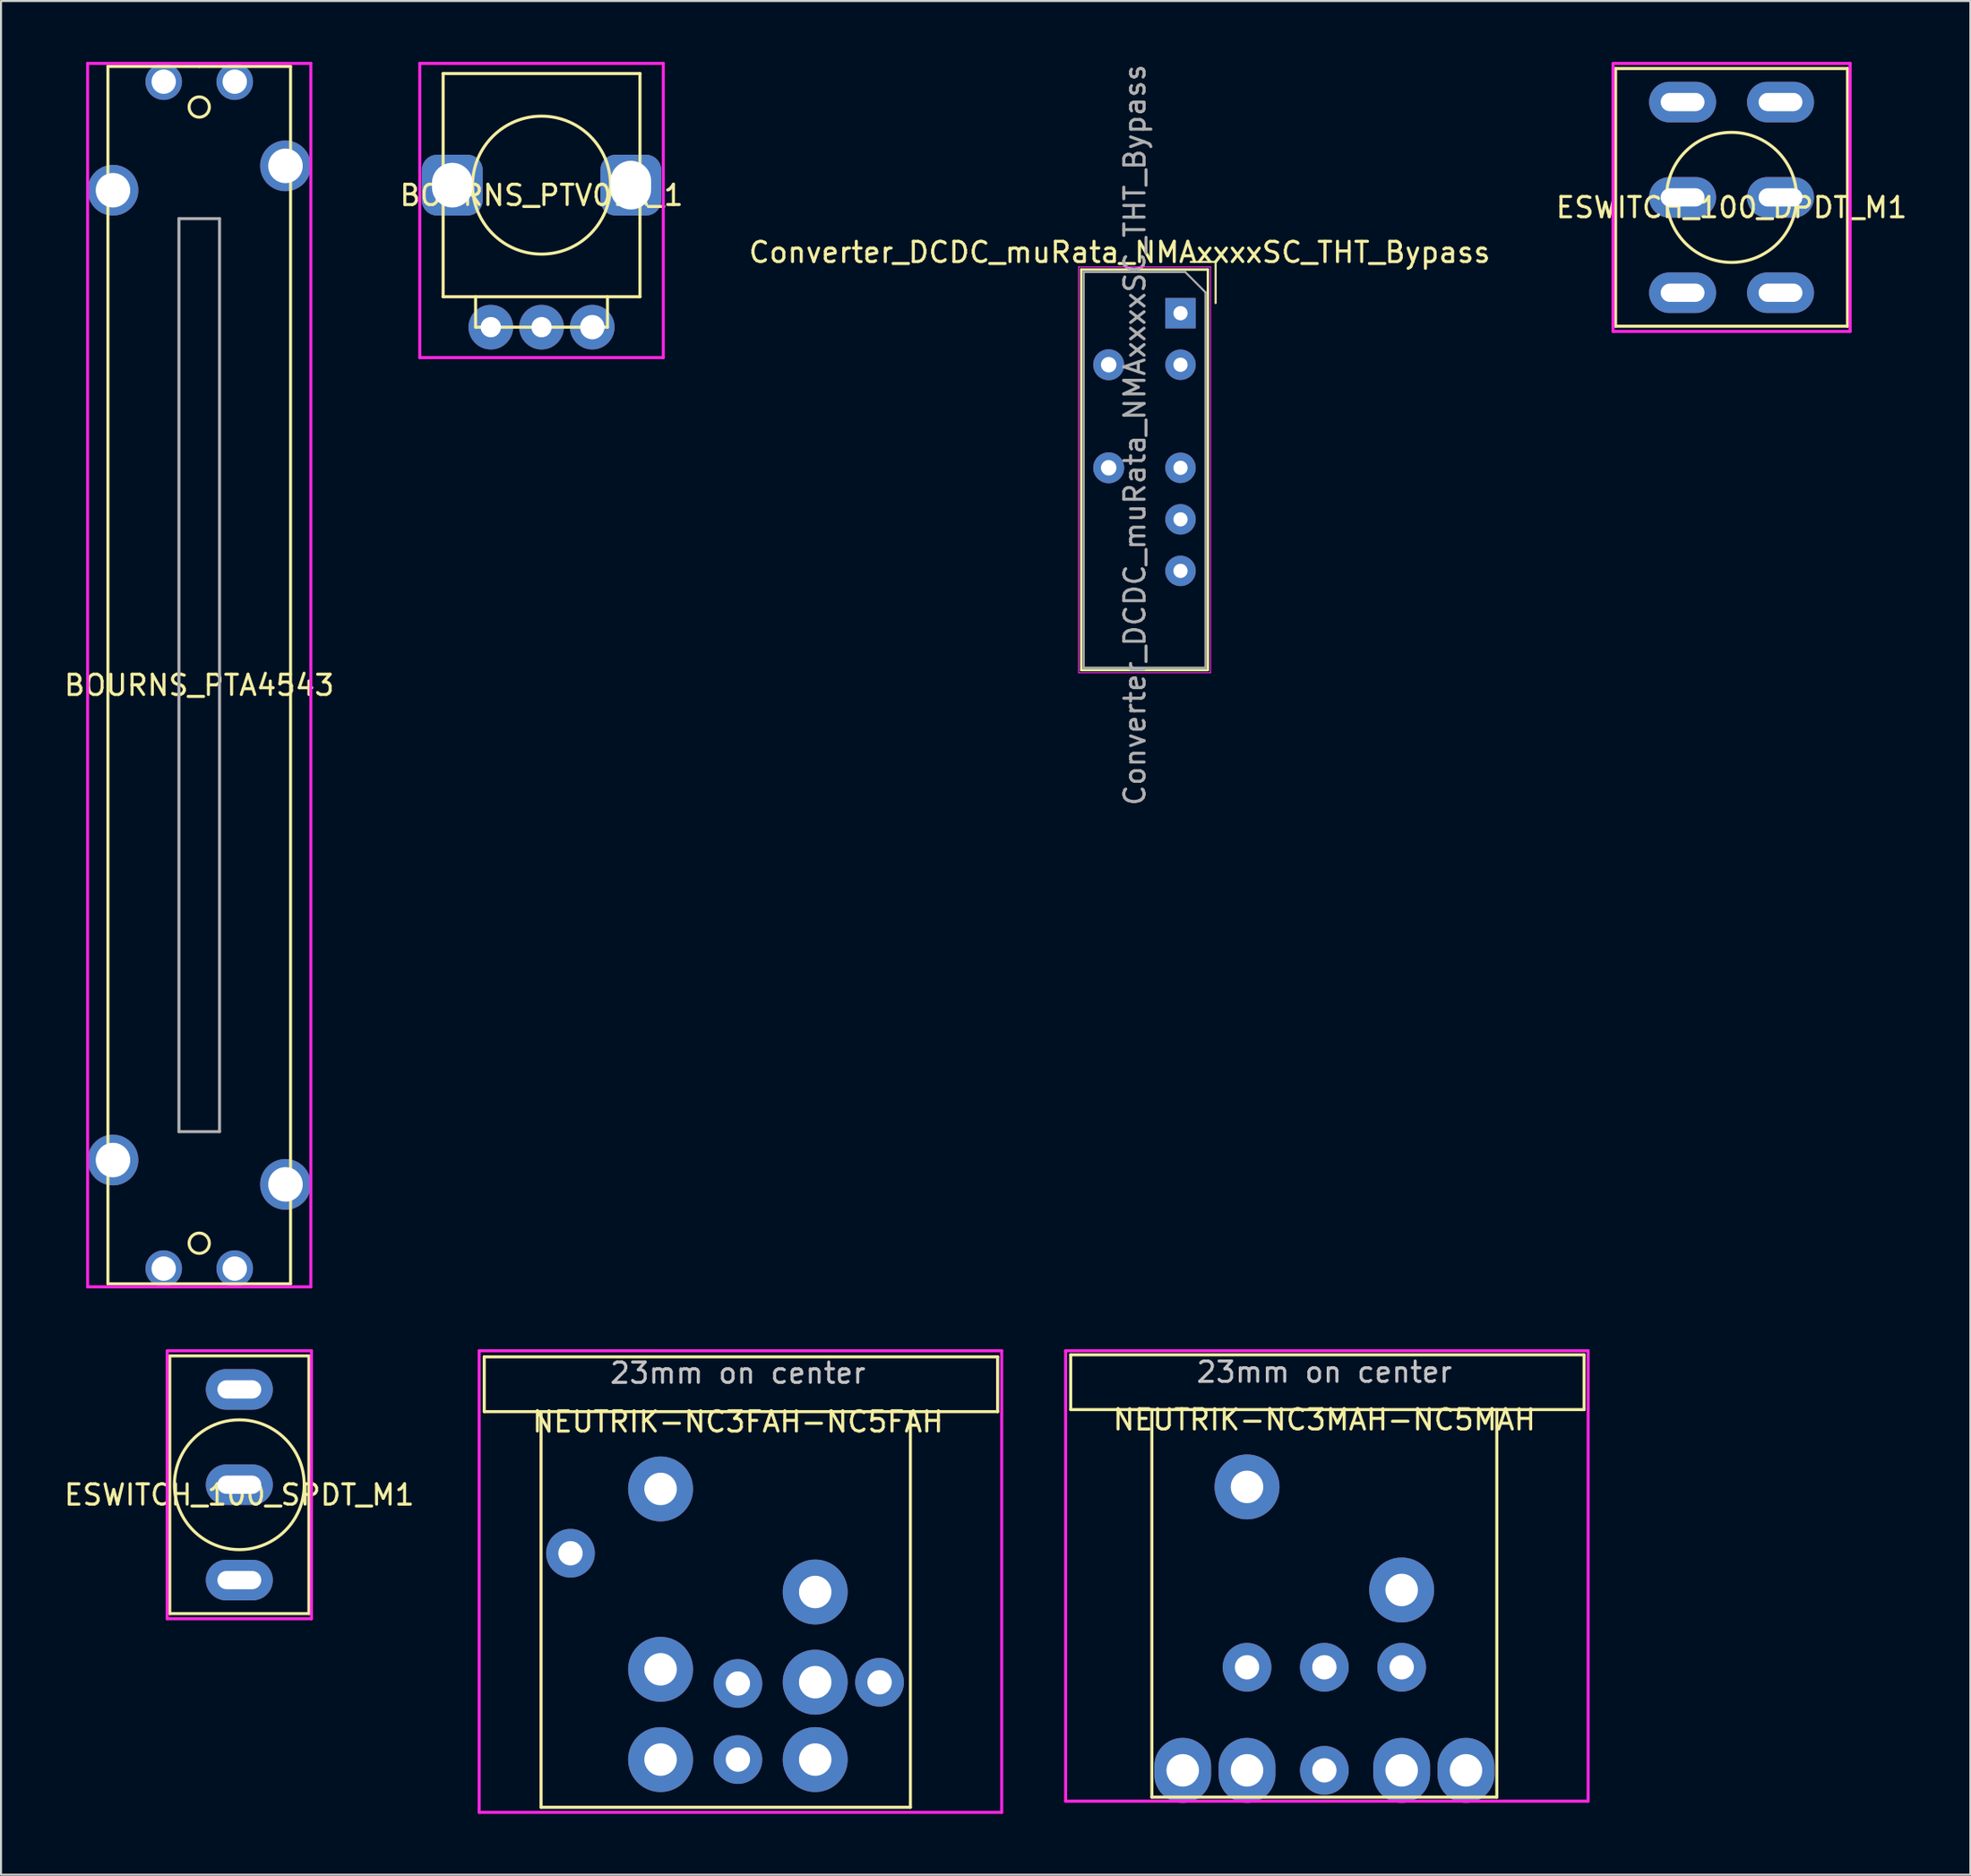
<source format=kicad_pcb>
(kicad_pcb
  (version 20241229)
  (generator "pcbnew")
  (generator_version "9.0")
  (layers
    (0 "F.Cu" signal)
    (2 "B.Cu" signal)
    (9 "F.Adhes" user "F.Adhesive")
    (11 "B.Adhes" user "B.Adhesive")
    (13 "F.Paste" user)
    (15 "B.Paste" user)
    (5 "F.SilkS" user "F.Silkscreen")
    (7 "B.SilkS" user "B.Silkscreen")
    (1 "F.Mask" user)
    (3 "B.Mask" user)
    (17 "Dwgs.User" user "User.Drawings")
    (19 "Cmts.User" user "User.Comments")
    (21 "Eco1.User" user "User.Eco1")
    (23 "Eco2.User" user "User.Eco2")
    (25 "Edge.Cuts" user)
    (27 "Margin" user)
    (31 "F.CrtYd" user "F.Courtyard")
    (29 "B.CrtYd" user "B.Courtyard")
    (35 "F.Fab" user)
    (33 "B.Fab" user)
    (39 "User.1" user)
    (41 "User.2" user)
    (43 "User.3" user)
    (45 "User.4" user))
  (footprint "BOURNS_PTV09A_1"
    (layer "F.Cu")
    (at 23.637 6.075)
    (property "Reference" "BOURNS_PTV09A_1" (at 0 0.5 0) (layer "F.SilkS") (effects (font (size 1 1) (thickness 0.15))))
    (attr through_hole)
    (fp_line (start -4.85 -5.5) (end 4.85 -5.5) (stroke (width 0.15) (type solid)) (layer "F.SilkS"))
    (fp_line (start -4.85 5.5) (end -4.85 -5.5) (stroke (width 0.15) (type solid)) (layer "F.SilkS"))
    (fp_line (start -3.25 7) (end -3.25 5.5) (stroke (width 0.15) (type solid)) (layer "F.SilkS"))
    (fp_line (start -3.25 7) (end 3.25 7) (stroke (width 0.15) (type solid)) (layer "F.SilkS"))
    (fp_line (start 3.25 7) (end 3.25 5.5) (stroke (width 0.15) (type solid)) (layer "F.SilkS"))
    (fp_line (start 4.85 -5.5) (end 4.85 5.5) (stroke (width 0.15) (type solid)) (layer "F.SilkS"))
    (fp_line (start 4.85 5.5) (end -4.85 5.5) (stroke (width 0.15) (type solid)) (layer "F.SilkS"))
    (fp_circle (center 0 0) (end 3.4 0) (stroke (width 0.15) (type solid)) (fill no) (layer "F.SilkS"))
    (fp_line (start -6 -6) (end 6 -6) (stroke (width 0.15) (type solid)) (layer "F.CrtYd"))
    (fp_line (start -6 8.5) (end -6 -6) (stroke (width 0.15) (type solid)) (layer "F.CrtYd"))
    (fp_line (start 6 -6) (end 6 8.5) (stroke (width 0.15) (type solid)) (layer "F.CrtYd"))
    (fp_line (start 6 8.5) (end -6 8.5) (stroke (width 0.15) (type solid)) (layer "F.CrtYd"))
    (pad "1" thru_hole circle (at -2.5 7) (size 2.2 2.2) (drill 1) (layers "*.Cu" "*.Mask"))
    (pad "2" thru_hole circle (at 0 7) (size 2.2 2.2) (drill 1) (layers "*.Cu" "*.Mask"))
    (pad "3" thru_hole circle (at 2.5 7) (size 2.2 2.2) (drill 1.2) (layers "*.Cu" "*.Mask"))
    (pad "4" thru_hole roundrect (at -4.4 0) (size 3 3) (drill oval 2 2.2) (layers "*.Cu" "*.Mask") (roundrect_rratio 0.25))
    (pad "5" thru_hole roundrect (at 4.4 0) (size 3 3) (drill oval 2 2.4) (layers "*.Cu" "*.Mask") (roundrect_rratio 0.25)))
  (footprint "ESWITCH_100_SPDT_M1"
    (layer "F.Cu")
    (at 8.744 70.129)
    (property "Reference" "ESWITCH_100_SPDT_M1" (at 0 0.5 0) (layer "F.SilkS") (effects (font (size 1 1) (thickness 0.15))))
    (attr through_hole)
    (fp_line (start -3.429 6.35) (end -3.429 -6.35) (stroke (width 0.15) (type solid)) (layer "F.SilkS"))
    (fp_line (start 3.429 -6.35) (end -3.429 -6.35) (stroke (width 0.15) (type solid)) (layer "F.SilkS"))
    (fp_line (start 3.429 6.35) (end -3.429 6.35) (stroke (width 0.15) (type solid)) (layer "F.SilkS"))
    (fp_line (start 3.429 6.35) (end 3.429 -6.35) (stroke (width 0.15) (type solid)) (layer "F.SilkS"))
    (fp_circle (center 0 0) (end 3.175 0.381) (stroke (width 0.15) (type solid)) (fill no) (layer "F.SilkS"))
    (fp_line (start -3.556 -6.604) (end 3.556 -6.604) (stroke (width 0.15) (type solid)) (layer "F.CrtYd"))
    (fp_line (start -3.556 6.604) (end -3.556 -6.579) (stroke (width 0.15) (type solid)) (layer "F.CrtYd"))
    (fp_line (start 3.556 -6.604) (end 3.556 6.604) (stroke (width 0.15) (type solid)) (layer "F.CrtYd"))
    (fp_line (start 3.556 6.604) (end -3.556 6.604) (stroke (width 0.15) (type solid)) (layer "F.CrtYd"))
    (pad "1" thru_hole oval (at 0 -4.699) (size 3.302 2) (drill oval 2.159 0.9) (layers "*.Cu" "*.Mask"))
    (pad "2" thru_hole oval (at 0 0) (size 3.302 2) (drill oval 2.159 0.9) (layers "*.Cu" "*.Mask"))
    (pad "3" thru_hole oval (at 0 4.699) (size 3.302 2) (drill oval 2.159 0.9) (layers "*.Cu" "*.Mask")))
  (footprint "NEUTRIK-NC3FAH-NC5FAH"
    (layer "F.Cu")
    (at 33.313 66.525)
    (property "Reference" "NEUTRIK-NC3FAH-NC5FAH" (at 0 0.5 0) (layer "F.SilkS") (effects (font (size 1 1) (thickness 0.15))))
    (attr through_hole)
    (fp_line (start -12.5 -2.7) (end 12.8 -2.7) (stroke (width 0.15) (type solid)) (layer "F.SilkS"))
    (fp_line (start -12.5 0) (end -12.5 -2.7) (stroke (width 0.15) (type solid)) (layer "F.SilkS"))
    (fp_line (start -12.5 0) (end 12.8 0) (stroke (width 0.15) (type solid)) (layer "F.SilkS"))
    (fp_line (start -9.7 19.5) (end -9.7 0) (stroke (width 0.15) (type solid)) (layer "F.SilkS"))
    (fp_line (start 8.5 0) (end 8.5 19.5) (stroke (width 0.15) (type solid)) (layer "F.SilkS"))
    (fp_line (start 8.5 19.5) (end -9.7 19.5) (stroke (width 0.15) (type solid)) (layer "F.SilkS"))
    (fp_line (start 12.8 -2.7) (end 12.8 0) (stroke (width 0.15) (type solid)) (layer "F.SilkS"))
    (fp_line (start -12.75 -3) (end -12.75 19.75) (stroke (width 0.15) (type solid)) (layer "F.CrtYd"))
    (fp_line (start -12.75 -3) (end 13 -3) (stroke (width 0.15) (type solid)) (layer "F.CrtYd"))
    (fp_line (start -12.75 19.75) (end 13 19.75) (stroke (width 0.15) (type solid)) (layer "F.CrtYd"))
    (fp_line (start 13 -3) (end 13 19.75) (stroke (width 0.15) (type solid)) (layer "F.CrtYd"))
    (fp_text user "23mm on center" (at 0 -1.9 0) (layer "Dwgs.User") (effects (font (size 1 1) (thickness 0.15))))
    (pad "0" thru_hole circle (at -8.25 6.98) (size 2.4 2.4) (drill 1.2) (layers "*.Cu" "*.Mask"))
    (pad "0" thru_hole circle (at -3.81 3.81) (size 3.2 3.2) (drill 1.6) (layers "*.Cu" "*.Mask"))
    (pad "0" thru_hole circle (at 3.81 8.89) (size 3.2 3.2) (drill 1.6) (layers "*.Cu" "*.Mask"))
    (pad "1A" thru_hole circle (at -3.81 12.7) (size 3.2 3.2) (drill 1.6) (layers "*.Cu" "*.Mask"))
    (pad "1B" thru_hole circle (at -3.81 17.15) (size 3.2 3.2) (drill 1.6) (layers "*.Cu" "*.Mask"))
    (pad "2A" thru_hole circle (at 3.81 13.335) (size 3.2 3.2) (drill 1.6) (layers "*.Cu" "*.Mask"))
    (pad "2B" thru_hole circle (at 0 13.4) (size 2.4 2.4) (drill 1.2) (layers "*.Cu" "*.Mask"))
    (pad "3" thru_hole circle (at 0 17.15) (size 2.4 2.4) (drill 1.2) (layers "*.Cu" "*.Mask"))
    (pad "4B" thru_hole circle (at 6.98 13.34) (size 2.4 2.4) (drill 1.2) (layers "*.Cu" "*.Mask"))
    (pad "5B" thru_hole circle (at 3.81 17.15) (size 3.2 3.2) (drill 1.6) (layers "*.Cu" "*.Mask")))
  (footprint "Converter_DCDC_muRata_NMAxxxxSC_THT_Bypass"
    (layer "F.Cu")
    (at 55.125 12.387)
    (property "Reference" "Converter_DCDC_muRata_NMAxxxxSC_THT_Bypass" (at -3 -3 0) (layer "F.SilkS") (effects (font (size 1 1) (thickness 0.15))))
    (attr through_hole)
    (fp_line (start -4.89 -2.15) (end -4.89 17.59) (stroke (width 0.12) (type solid)) (layer "F.SilkS"))
    (fp_line (start -4.89 17.59) (end 1.33 17.59) (stroke (width 0.12) (type solid)) (layer "F.SilkS"))
    (fp_line (start 1.35 -2.15) (end -4.89 -2.15) (stroke (width 0.12) (type solid)) (layer "F.SilkS"))
    (fp_line (start 1.35 17.59) (end 1.35 -2.15) (stroke (width 0.12) (type solid)) (layer "F.SilkS"))
    (fp_line (start 1.73 -2.53) (end 0.5 -2.53) (stroke (width 0.1) (type solid)) (layer "F.SilkS"))
    (fp_line (start 1.73 -2.53) (end 1.73 -0.5) (stroke (width 0.1) (type solid)) (layer "F.SilkS"))
    (fp_line (start -5.02 -2.28) (end -5.02 17.72) (stroke (width 0.05) (type solid)) (layer "F.CrtYd"))
    (fp_line (start -5.02 17.72) (end 1.48 17.72) (stroke (width 0.05) (type solid)) (layer "F.CrtYd"))
    (fp_line (start 1.48 -2.28) (end -5.02 -2.28) (stroke (width 0.05) (type solid)) (layer "F.CrtYd"))
    (fp_line (start 1.48 17.72) (end 1.48 -2.28) (stroke (width 0.05) (type solid)) (layer "F.CrtYd"))
    (fp_line (start -4.77 -2.03) (end -4.77 17.47) (stroke (width 0.1) (type solid)) (layer "F.Fab"))
    (fp_line (start -4.77 17.47) (end 1.23 17.47) (stroke (width 0.1) (type solid)) (layer "F.Fab"))
    (fp_line (start 0.23 -2.03) (end -4.77 -2.03) (stroke (width 0.1) (type solid)) (layer "F.Fab"))
    (fp_line (start 0.23 -2.03) (end 1.23 -1.03) (stroke (width 0.1) (type solid)) (layer "F.Fab"))
    (fp_line (start 1.23 17.47) (end 1.23 -1.03) (stroke (width 0.1) (type solid)) (layer "F.Fab"))
    (fp_text user "${REFERENCE}" (at -2.25 6 90) (layer "F.Fab") (effects (font (size 1 1) (thickness 0.15))))
    (pad "1" thru_hole circle (at -3.54 2.54) (size 1.524 1.524) (drill 0.762) (layers "*.Cu" "*.Mask"))
    (pad "1" thru_hole rect (at 0 0) (size 1.5 1.5) (drill 0.7) (layers "*.Cu" "*.Mask"))
    (pad "2" thru_hole oval (at 0 2.54) (size 1.5 1.5) (drill 0.7) (layers "*.Cu" "*.Mask"))
    (pad "4" thru_hole oval (at 0 7.62) (size 1.5 1.5) (drill 0.7) (layers "*.Cu" "*.Mask"))
    (pad "5" thru_hole oval (at 0 10.16) (size 1.5 1.5) (drill 0.7) (layers "*.Cu" "*.Mask"))
    (pad "6" thru_hole circle (at -3.54 7.62) (size 1.524 1.524) (drill 0.762) (layers "*.Cu" "*.Mask"))
    (pad "6" thru_hole oval (at 0 12.7) (size 1.5 1.5) (drill 0.7) (layers "*.Cu" "*.Mask")))
  (footprint "BOURNS_PTA4543"
    (layer "F.Cu")
    (at 6.768 30.225)
    (property "Reference" "BOURNS_PTA4543" (at 0 0.5 0) (layer "F.SilkS") (effects (font (size 1 1) (thickness 0.15))))
    (attr through_hole)
    (fp_line (start -4.5 -30) (end 0 -30) (stroke (width 0.15) (type solid)) (layer "F.SilkS"))
    (fp_line (start -4.5 30) (end -4.5 -30) (stroke (width 0.15) (type solid)) (layer "F.SilkS"))
    (fp_line (start 0 -30) (end 4.5 -30) (stroke (width 0.15) (type solid)) (layer "F.SilkS"))
    (fp_line (start 4.5 -30) (end 4.5 30) (stroke (width 0.15) (type solid)) (layer "F.SilkS"))
    (fp_line (start 4.5 30) (end -4.5 30) (stroke (width 0.15) (type solid)) (layer "F.SilkS"))
    (fp_circle (center 0 -28) (end 0.5 -28) (stroke (width 0.15) (type solid)) (fill no) (layer "F.SilkS"))
    (fp_circle (center 0 28) (end 0.5 28) (stroke (width 0.15) (type solid)) (fill no) (layer "F.SilkS"))
    (fp_line (start -5.5 -30.15) (end 5.5 -30.15) (stroke (width 0.15) (type solid)) (layer "F.CrtYd"))
    (fp_line (start -5.5 30.15) (end -5.5 -30.15) (stroke (width 0.15) (type solid)) (layer "F.CrtYd"))
    (fp_line (start 5.5 30.15) (end -5.5 30.15) (stroke (width 0.15) (type solid)) (layer "F.CrtYd"))
    (fp_line (start 5.5 30.15) (end 5.5 -30.15) (stroke (width 0.15) (type solid)) (layer "F.CrtYd"))
    (fp_line (start -1 -22.5) (end -1 22.5) (stroke (width 0.15) (type solid)) (layer "F.Fab"))
    (fp_line (start -1 22.5) (end 1 22.5) (stroke (width 0.15) (type solid)) (layer "F.Fab"))
    (fp_line (start 1 -22.5) (end -1 -22.5) (stroke (width 0.15) (type solid)) (layer "F.Fab"))
    (fp_line (start 1 0) (end 1 -22.5) (stroke (width 0.15) (type solid)) (layer "F.Fab"))
    (fp_line (start 1 22.5) (end 1 0) (stroke (width 0.15) (type solid)) (layer "F.Fab"))
    (pad "1" thru_hole circle (at -1.75 29.25) (size 1.8 1.8) (drill 1.2) (layers "*.Cu" "*.Mask"))
    (pad "2" thru_hole circle (at 1.75 29.25) (size 1.8 1.8) (drill 1.2) (layers "*.Cu" "*.Mask"))
    (pad "3" thru_hole circle (at -1.75 -29.25) (size 1.8 1.8) (drill 1.2) (layers "*.Cu" "*.Mask"))
    (pad "4" thru_hole circle (at 1.75 -29.25) (size 1.8 1.8) (drill 1.2) (layers "*.Cu" "*.Mask"))
    (pad "5" thru_hole circle (at -4.25 23.9) (size 2.5 2.5) (drill 1.7) (layers "*.Cu" "*.Mask"))
    (pad "6" thru_hole circle (at 4.25 25.1) (size 2.5 2.5) (drill 1.7) (layers "*.Cu" "*.Mask"))
    (pad "7" thru_hole circle (at -4.25 -23.9) (size 2.5 2.5) (drill 1.7) (layers "*.Cu" "*.Mask"))
    (pad "8" thru_hole circle (at 4.25 -25.1) (size 2.5 2.5) (drill 1.7) (layers "*.Cu" "*.Mask")))
  (footprint "ESWITCH_100_DPDT_M1"
    (layer "F.Cu")
    (at 82.28 6.679)
    (property "Reference" "ESWITCH_100_DPDT_M1" (at 0 0.5 0) (layer "F.SilkS") (effects (font (size 1 1) (thickness 0.15))))
    (attr through_hole)
    (fp_line (start -5.715 -6.35) (end 5.715 -6.35) (stroke (width 0.15) (type solid)) (layer "F.SilkS"))
    (fp_line (start -5.715 6.35) (end -5.715 -6.35) (stroke (width 0.15) (type solid)) (layer "F.SilkS"))
    (fp_line (start 5.715 -6.35) (end 5.715 6.35) (stroke (width 0.15) (type solid)) (layer "F.SilkS"))
    (fp_line (start 5.715 6.35) (end -5.715 6.35) (stroke (width 0.15) (type solid)) (layer "F.SilkS"))
    (fp_circle (center 0 0) (end 3.175 0.432) (stroke (width 0.15) (type solid)) (fill no) (layer "F.SilkS"))
    (fp_line (start -5.842 -6.604) (end 5.842 -6.604) (stroke (width 0.15) (type solid)) (layer "F.CrtYd"))
    (fp_line (start -5.842 6.604) (end -5.842 -6.579) (stroke (width 0.15) (type solid)) (layer "F.CrtYd"))
    (fp_line (start 5.842 -6.604) (end 5.842 6.604) (stroke (width 0.15) (type solid)) (layer "F.CrtYd"))
    (fp_line (start 5.842 6.604) (end -5.842 6.604) (stroke (width 0.15) (type solid)) (layer "F.CrtYd"))
    (pad "1" thru_hole oval (at -2.413 -4.699) (size 3.302 2) (drill oval 2.159 0.9) (layers "*.Cu" "*.Mask"))
    (pad "2" thru_hole oval (at -2.413 0) (size 3.302 2) (drill oval 2.159 0.9) (layers "*.Cu" "*.Mask"))
    (pad "3" thru_hole oval (at -2.413 4.699) (size 3.302 2) (drill oval 2.159 0.9) (layers "*.Cu" "*.Mask"))
    (pad "4" thru_hole oval (at 2.413 -4.699) (size 3.302 2) (drill oval 2.159 0.9) (layers "*.Cu" "*.Mask"))
    (pad "5" thru_hole oval (at 2.413 0) (size 3.302 2) (drill oval 2.159 0.9) (layers "*.Cu" "*.Mask"))
    (pad "6" thru_hole oval (at 2.413 4.699) (size 3.302 2) (drill oval 2.159 0.9) (layers "*.Cu" "*.Mask")))
  (footprint "NEUTRIK-NC3MAH-NC5MAH"
    (layer "F.Cu")
    (at 62.213 66.425)
    (property "Reference" "NEUTRIK-NC3MAH-NC5MAH" (at 0 0.5 0) (layer "F.SilkS") (effects (font (size 1 1) (thickness 0.15))))
    (attr through_hole)
    (fp_line (start -12.5 -2.7) (end 12.8 -2.7) (stroke (width 0.15) (type solid)) (layer "F.SilkS"))
    (fp_line (start -12.5 0) (end -12.5 -2.7) (stroke (width 0.15) (type solid)) (layer "F.SilkS"))
    (fp_line (start -12.5 0) (end 12.8 0) (stroke (width 0.15) (type solid)) (layer "F.SilkS"))
    (fp_line (start -8.5 19.1) (end -8.5 0) (stroke (width 0.15) (type solid)) (layer "F.SilkS"))
    (fp_line (start 8.5 0) (end 8.5 19.1) (stroke (width 0.15) (type solid)) (layer "F.SilkS"))
    (fp_line (start 8.5 19.1) (end -8.5 19.1) (stroke (width 0.15) (type solid)) (layer "F.SilkS"))
    (fp_line (start 12.8 -2.7) (end 12.8 0) (stroke (width 0.15) (type solid)) (layer "F.SilkS"))
    (fp_line (start -12.75 -2.9) (end -12.75 19.3) (stroke (width 0.15) (type solid)) (layer "F.CrtYd"))
    (fp_line (start -12.75 -2.9) (end 13 -2.9) (stroke (width 0.15) (type solid)) (layer "F.CrtYd"))
    (fp_line (start -12.75 19.3) (end 13 19.3) (stroke (width 0.15) (type solid)) (layer "F.CrtYd"))
    (fp_line (start 13 -2.9) (end 13 19.3) (stroke (width 0.15) (type solid)) (layer "F.CrtYd"))
    (fp_text user "23mm on center" (at 0 -1.85 0) (layer "Dwgs.User") (effects (font (size 1 1) (thickness 0.15))))
    (pad "0" thru_hole circle (at -3.81 3.81) (size 3.2 3.2) (drill 1.6) (layers "*.Cu" "*.Mask"))
    (pad "0" thru_hole circle (at 0 12.7) (size 2.4 2.4) (drill 1.2) (layers "*.Cu" "*.Mask"))
    (pad "0" thru_hole circle (at 3.81 8.89) (size 3.2 3.2) (drill 1.6) (layers "*.Cu" "*.Mask"))
    (pad "1A" thru_hole oval (at 3.81 17.78) (size 2.8 3.2) (drill 1.6) (layers "*.Cu" "*.Mask"))
    (pad "1B" thru_hole oval (at 6.98 17.78) (size 2.8 3.2) (drill 1.6) (layers "*.Cu" "*.Mask"))
    (pad "2A" thru_hole oval (at -3.81 17.78) (size 2.8 3.2) (drill 1.6) (layers "*.Cu" "*.Mask"))
    (pad "2B" thru_hole circle (at 3.81 12.7) (size 2.4 2.4) (drill 1.2) (layers "*.Cu" "*.Mask"))
    (pad "3" thru_hole circle (at 0 17.78) (size 2.4 2.4) (drill 1.2) (layers "*.Cu" "*.Mask"))
    (pad "4B" thru_hole circle (at -3.81 12.7) (size 2.4 2.4) (drill 1.2) (layers "*.Cu" "*.Mask"))
    (pad "5B" thru_hole oval (at -6.98 17.78) (size 2.8 3.2) (drill 1.6) (layers "*.Cu" "*.Mask")))
  (gr_rect
    (start -3 -3)
    (end 94.048 89.35)
    (stroke (width 0.1) (type default))
    (fill no)
    (layer "Edge.Cuts")))
</source>
